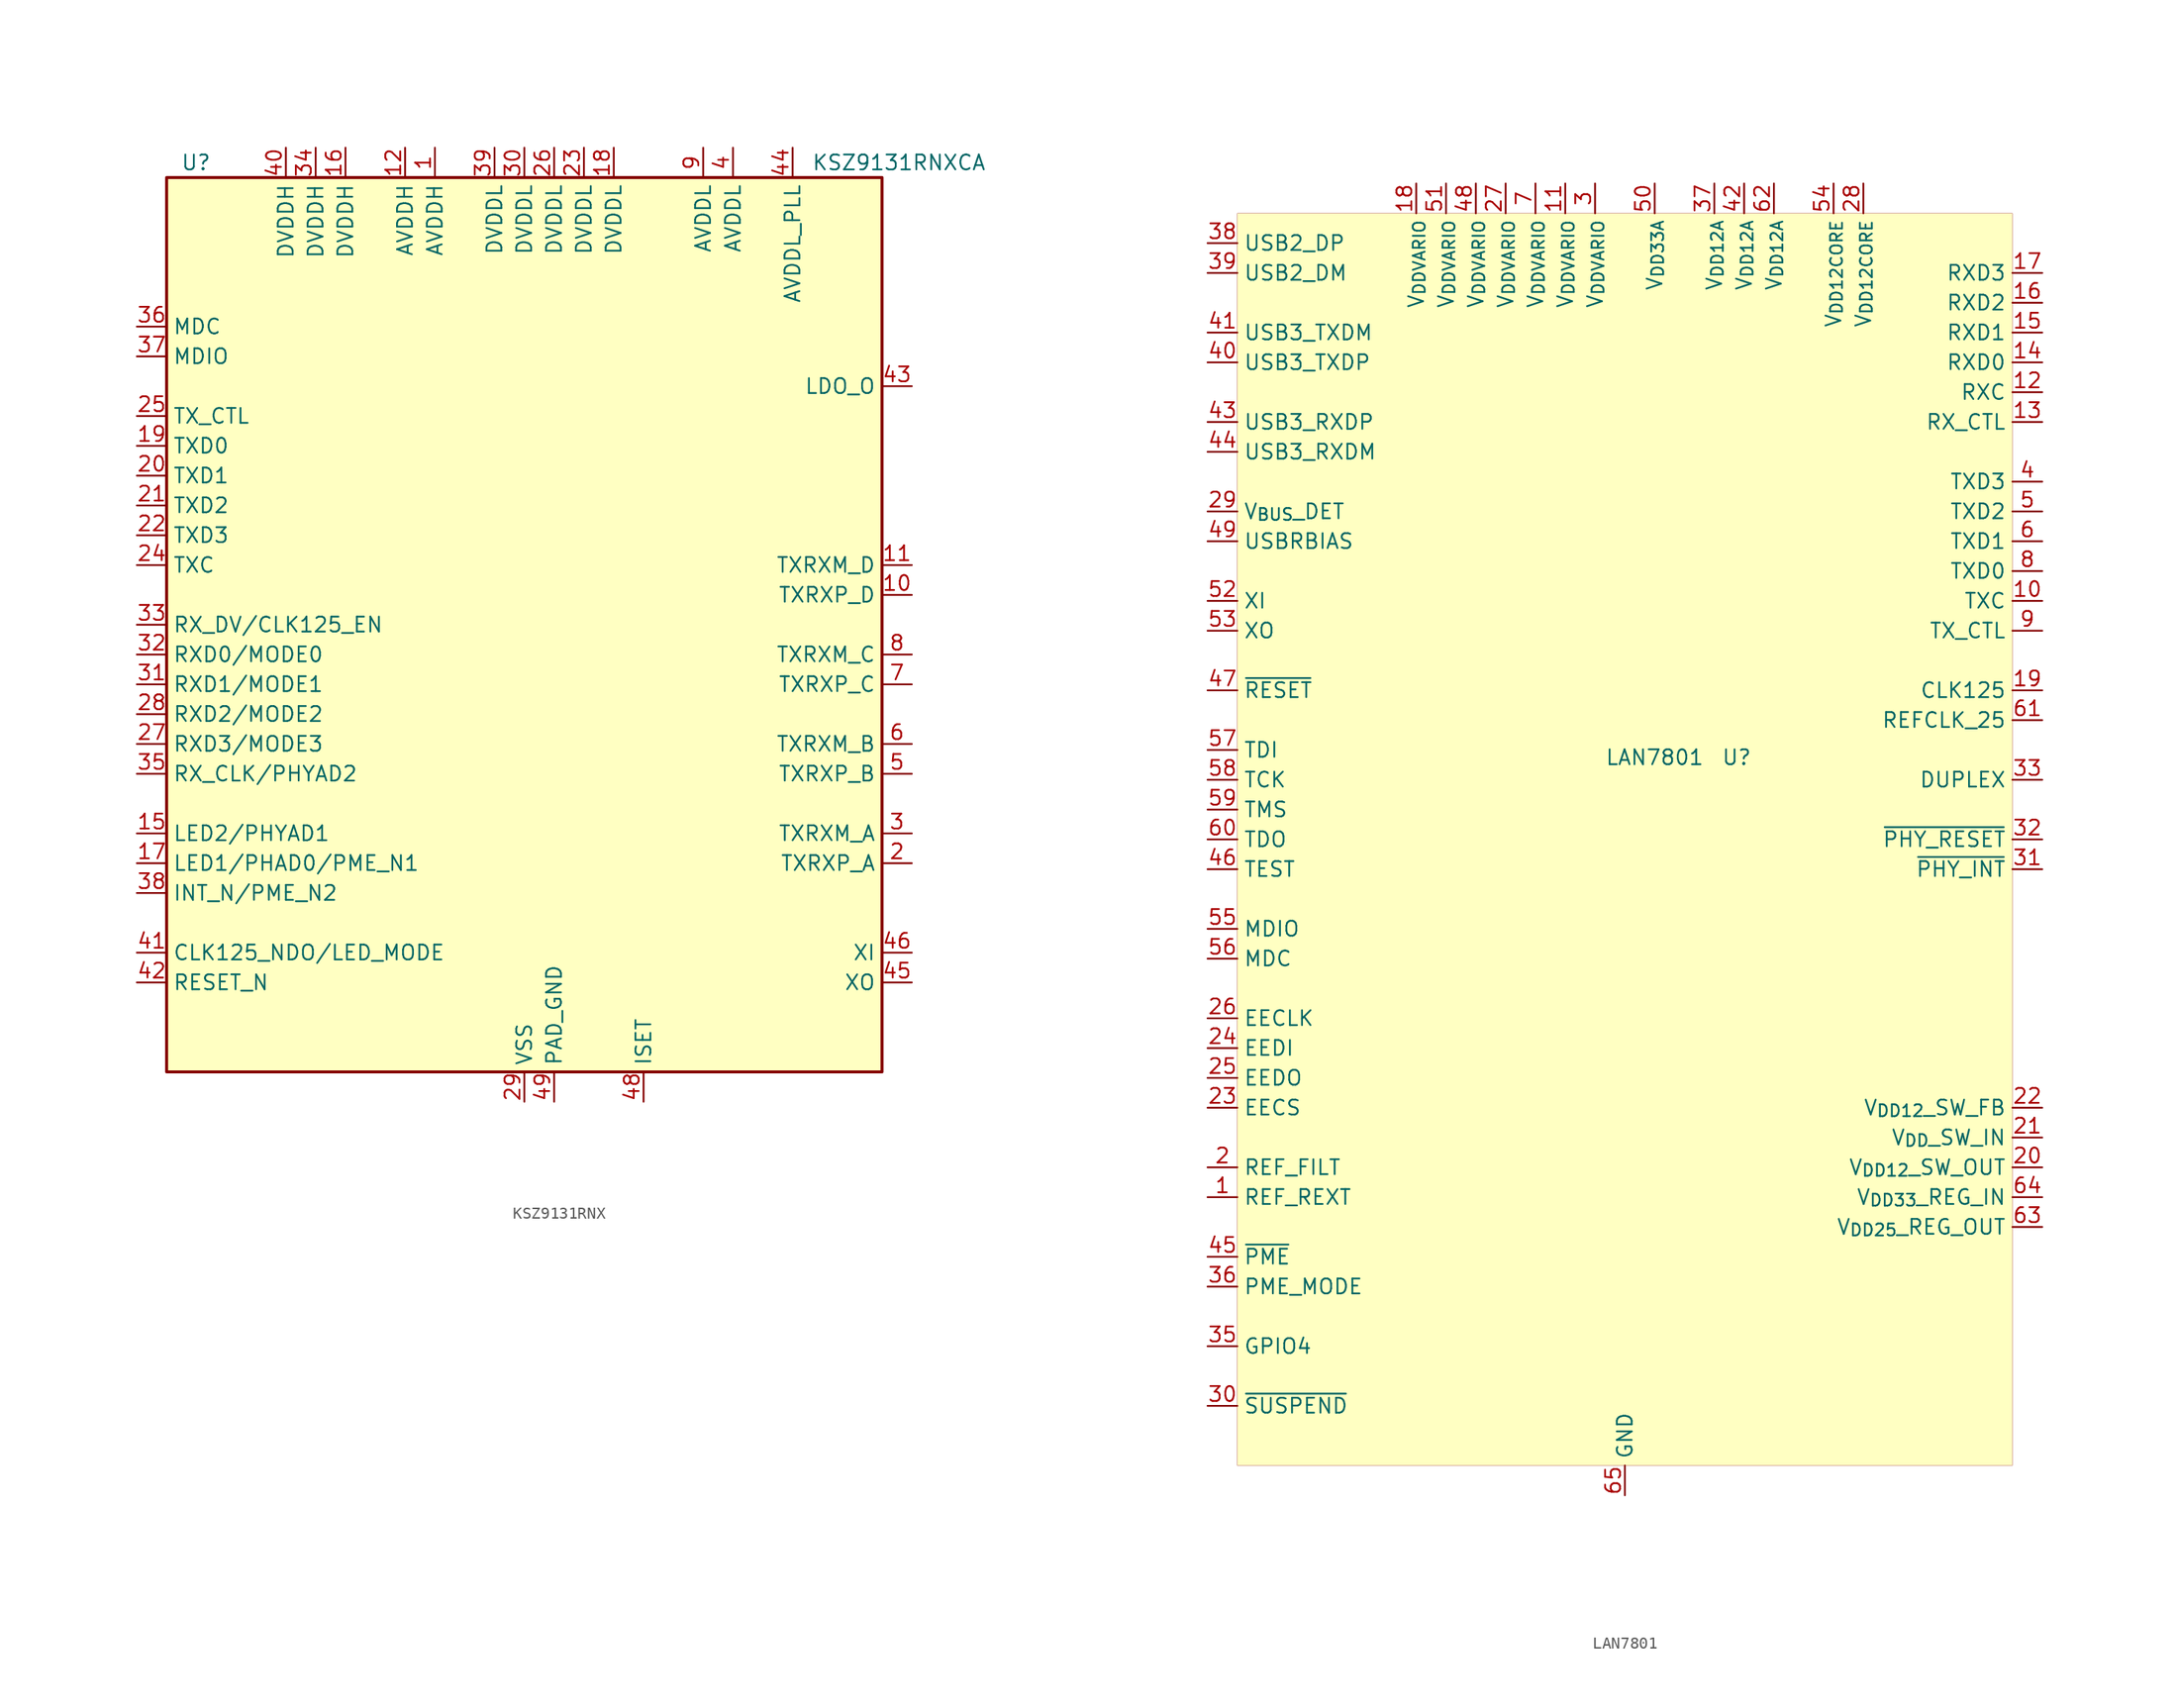
<source format=kicad_sym>
(kicad_symbol_lib
  (version 20220914)
  (generator kicad_symbol_editor)
  (symbol "KSZ9131RNX"
    (property "Reference" "U"
      (at -26.67 39.37 0)
      (effects (font (size 1.27 1.27)) (justify right)))
    (property "Value" "KSZ9131RNXCA"
      (at 39.37 39.37 0)
      (effects (font (size 1.27 1.27)) (justify right)))
    (symbol "KSZ9131RNX_0_1"
      (rectangle (start -30.48 38.1) (end 30.48 -38.1) (stroke (width 0.254) (type default)) (fill (type background))))
    (symbol "KSZ9131RNX_1_1"
      (pin power_in line (at -7.62 40.64 270) (length 2.54) (name "AVDDH" (effects (font (size 1.27 1.27)))) (number "1" (effects (font (size 1.27 1.27)))))
      (pin input line (at 33.02 2.54 180) (length 2.54) (name "TXRXP_D" (effects (font (size 1.27 1.27)))) (number "10" (effects (font (size 1.27 1.27)))))
      (pin input line (at 33.02 5.08 180) (length 2.54) (name "TXRXM_D" (effects (font (size 1.27 1.27)))) (number "11" (effects (font (size 1.27 1.27)))))
      (pin power_in line (at -10.16 40.64 270) (length 2.54) (name "AVDDH" (effects (font (size 1.27 1.27)))) (number "12" (effects (font (size 1.27 1.27)))))
      (pin no_connect line (at 30.48 12.7 180) (length 2.54) hide (name "NC" (effects (font (size 1.27 1.27)))) (number "13" (effects (font (size 1.27 1.27)))))
      (pin no_connect line (at 10.16 40.64 270) (length 2.54) hide (name "NC" (effects (font (size 1.27 1.27)))) (number "14" (effects (font (size 1.27 1.27)))))
      (pin bidirectional line (at -33.02 -17.78 0) (length 2.54) (name "LED2/PHYAD1" (effects (font (size 1.27 1.27)))) (number "15" (effects (font (size 1.27 1.27)))))
      (pin power_in line (at -15.24 40.64 270) (length 2.54) (name "DVDDH" (effects (font (size 1.27 1.27)))) (number "16" (effects (font (size 1.27 1.27)))))
      (pin bidirectional line (at -33.02 -20.32 0) (length 2.54) (name "LED1/PHAD0/PME_N1" (effects (font (size 1.27 1.27)))) (number "17" (effects (font (size 1.27 1.27)))))
      (pin power_in line (at 7.62 40.64 270) (length 2.54) (name "DVDDL" (effects (font (size 1.27 1.27)))) (number "18" (effects (font (size 1.27 1.27)))))
      (pin input line (at -33.02 15.24 0) (length 2.54) (name "TXD0" (effects (font (size 1.27 1.27)))) (number "19" (effects (font (size 1.27 1.27)))))
      (pin input line (at 33.02 -20.32 180) (length 2.54) (name "TXRXP_A" (effects (font (size 1.27 1.27)))) (number "2" (effects (font (size 1.27 1.27)))))
      (pin input line (at -33.02 12.7 0) (length 2.54) (name "TXD1" (effects (font (size 1.27 1.27)))) (number "20" (effects (font (size 1.27 1.27)))))
      (pin input line (at -33.02 10.16 0) (length 2.54) (name "TXD2" (effects (font (size 1.27 1.27)))) (number "21" (effects (font (size 1.27 1.27)))))
      (pin input line (at -33.02 7.62 0) (length 2.54) (name "TXD3" (effects (font (size 1.27 1.27)))) (number "22" (effects (font (size 1.27 1.27)))))
      (pin power_in line (at 5.08 40.64 270) (length 2.54) (name "DVDDL" (effects (font (size 1.27 1.27)))) (number "23" (effects (font (size 1.27 1.27)))))
      (pin input line (at -33.02 5.08 0) (length 2.54) (name "TXC" (effects (font (size 1.27 1.27)))) (number "24" (effects (font (size 1.27 1.27)))))
      (pin input line (at -33.02 17.78 0) (length 2.54) (name "TX_CTL" (effects (font (size 1.27 1.27)))) (number "25" (effects (font (size 1.27 1.27)))))
      (pin power_in line (at 2.54 40.64 270) (length 2.54) (name "DVDDL" (effects (font (size 1.27 1.27)))) (number "26" (effects (font (size 1.27 1.27)))))
      (pin input line (at -33.02 -10.16 0) (length 2.54) (name "RXD3/MODE3" (effects (font (size 1.27 1.27)))) (number "27" (effects (font (size 1.27 1.27)))))
      (pin input line (at -33.02 -7.62 0) (length 2.54) (name "RXD2/MODE2" (effects (font (size 1.27 1.27)))) (number "28" (effects (font (size 1.27 1.27)))))
      (pin power_in line (at 0 -40.64 90) (length 2.54) (name "VSS" (effects (font (size 1.27 1.27)))) (number "29" (effects (font (size 1.27 1.27)))))
      (pin input line (at 33.02 -17.78 180) (length 2.54) (name "TXRXM_A" (effects (font (size 1.27 1.27)))) (number "3" (effects (font (size 1.27 1.27)))))
      (pin power_in line (at 0 40.64 270) (length 2.54) (name "DVDDL" (effects (font (size 1.27 1.27)))) (number "30" (effects (font (size 1.27 1.27)))))
      (pin input line (at -33.02 -5.08 0) (length 2.54) (name "RXD1/MODE1" (effects (font (size 1.27 1.27)))) (number "31" (effects (font (size 1.27 1.27)))))
      (pin input line (at -33.02 -2.54 0) (length 2.54) (name "RXD0/MODE0" (effects (font (size 1.27 1.27)))) (number "32" (effects (font (size 1.27 1.27)))))
      (pin input line (at -33.02 0 0) (length 2.54) (name "RX_DV/CLK125_EN" (effects (font (size 1.27 1.27)))) (number "33" (effects (font (size 1.27 1.27)))))
      (pin power_in line (at -17.78 40.64 270) (length 2.54) (name "DVDDH" (effects (font (size 1.27 1.27)))) (number "34" (effects (font (size 1.27 1.27)))))
      (pin input line (at -33.02 -12.7 0) (length 2.54) (name "RX_CLK/PHYAD2" (effects (font (size 1.27 1.27)))) (number "35" (effects (font (size 1.27 1.27)))))
      (pin input line (at -33.02 25.4 0) (length 2.54) (name "MDC" (effects (font (size 1.27 1.27)))) (number "36" (effects (font (size 1.27 1.27)))))
      (pin input line (at -33.02 22.86 0) (length 2.54) (name "MDIO" (effects (font (size 1.27 1.27)))) (number "37" (effects (font (size 1.27 1.27)))))
      (pin input line (at -33.02 -22.86 0) (length 2.54) (name "INT_N/PME_N2" (effects (font (size 1.27 1.27)))) (number "38" (effects (font (size 1.27 1.27)))))
      (pin power_in line (at -2.54 40.64 270) (length 2.54) (name "DVDDL" (effects (font (size 1.27 1.27)))) (number "39" (effects (font (size 1.27 1.27)))))
      (pin power_in line (at 17.78 40.64 270) (length 2.54) (name "AVDDL" (effects (font (size 1.27 1.27)))) (number "4" (effects (font (size 1.27 1.27)))))
      (pin power_in line (at -20.32 40.64 270) (length 2.54) (name "DVDDH" (effects (font (size 1.27 1.27)))) (number "40" (effects (font (size 1.27 1.27)))))
      (pin input line (at -33.02 -27.94 0) (length 2.54) (name "CLK125_NDO/LED_MODE" (effects (font (size 1.27 1.27)))) (number "41" (effects (font (size 1.27 1.27)))))
      (pin input line (at -33.02 -30.48 0) (length 2.54) (name "RESET_N" (effects (font (size 1.27 1.27)))) (number "42" (effects (font (size 1.27 1.27)))))
      (pin input line (at 33.02 20.32 180) (length 2.54) (name "LDO_O" (effects (font (size 1.27 1.27)))) (number "43" (effects (font (size 1.27 1.27)))))
      (pin power_in line (at 22.86 40.64 270) (length 2.54) (name "AVDDL_PLL" (effects (font (size 1.27 1.27)))) (number "44" (effects (font (size 1.27 1.27)))))
      (pin input line (at 33.02 -30.48 180) (length 2.54) (name "XO" (effects (font (size 1.27 1.27)))) (number "45" (effects (font (size 1.27 1.27)))))
      (pin input line (at 33.02 -27.94 180) (length 2.54) (name "XI" (effects (font (size 1.27 1.27)))) (number "46" (effects (font (size 1.27 1.27)))))
      (pin no_connect line (at 30.48 10.16 180) (length 2.54) hide (name "NC" (effects (font (size 1.27 1.27)))) (number "47" (effects (font (size 1.27 1.27)))))
      (pin output line (at 10.16 -40.64 90) (length 2.54) (name "ISET" (effects (font (size 1.27 1.27)))) (number "48" (effects (font (size 1.27 1.27)))))
      (pin power_in line (at 2.54 -40.64 90) (length 2.54) (name "PAD_GND" (effects (font (size 1.27 1.27)))) (number "49" (effects (font (size 1.27 1.27)))))
      (pin input line (at 33.02 -12.7 180) (length 2.54) (name "TXRXP_B" (effects (font (size 1.27 1.27)))) (number "5" (effects (font (size 1.27 1.27)))))
      (pin input line (at 33.02 -10.16 180) (length 2.54) (name "TXRXM_B" (effects (font (size 1.27 1.27)))) (number "6" (effects (font (size 1.27 1.27)))))
      (pin input line (at 33.02 -5.08 180) (length 2.54) (name "TXRXP_C" (effects (font (size 1.27 1.27)))) (number "7" (effects (font (size 1.27 1.27)))))
      (pin input line (at 33.02 -2.54 180) (length 2.54) (name "TXRXM_C" (effects (font (size 1.27 1.27)))) (number "8" (effects (font (size 1.27 1.27)))))
      (pin power_in line (at 15.24 40.64 270) (length 2.54) (name "AVDDL" (effects (font (size 1.27 1.27)))) (number "9" (effects (font (size 1.27 1.27)))))))
  (symbol "LAN7801"
    (property "Reference" "U"
      (at 9.525 6.985 0)
      (effects (font (size 1.27 1.27))))
    (property "Value" "LAN7801"
      (at 2.54 6.985 0)
      (effects (font (size 1.27 1.27))))
    (symbol "LAN7801_0_0"
      (pin unspecified line (at -35.56 -30.48 0) (length 2.54) (name "REF_REXT" (effects (font (size 1.27 1.27)))) (number "1" (effects (font (size 1.27 1.27)))))
      (pin unspecified line (at 35.56 20.32 180) (length 2.54) (name "TXC" (effects (font (size 1.27 1.27)))) (number "10" (effects (font (size 1.27 1.27)))))
      (pin unspecified line (at -5.08 55.88 270) (length 2.54) (name "V_{DDVARIO}" (effects (font (size 1.27 1.27)))) (number "11" (effects (font (size 1.27 1.27)))))
      (pin unspecified line (at 35.56 38.1 180) (length 2.54) (name "RXC" (effects (font (size 1.27 1.27)))) (number "12" (effects (font (size 1.27 1.27)))))
      (pin unspecified line (at 35.56 35.56 180) (length 2.54) (name "RX_CTL" (effects (font (size 1.27 1.27)))) (number "13" (effects (font (size 1.27 1.27)))))
      (pin unspecified line (at 35.56 40.64 180) (length 2.54) (name "RXD0" (effects (font (size 1.27 1.27)))) (number "14" (effects (font (size 1.27 1.27)))))
      (pin unspecified line (at 35.56 43.18 180) (length 2.54) (name "RXD1" (effects (font (size 1.27 1.27)))) (number "15" (effects (font (size 1.27 1.27)))))
      (pin unspecified line (at 35.56 45.72 180) (length 2.54) (name "RXD2" (effects (font (size 1.27 1.27)))) (number "16" (effects (font (size 1.27 1.27)))))
      (pin unspecified line (at 35.56 48.26 180) (length 2.54) (name "RXD3" (effects (font (size 1.27 1.27)))) (number "17" (effects (font (size 1.27 1.27)))))
      (pin unspecified line (at -17.78 55.88 270) (length 2.54) (name "V_{DDVARIO}" (effects (font (size 1.27 1.27)))) (number "18" (effects (font (size 1.27 1.27)))))
      (pin unspecified line (at 35.56 12.7 180) (length 2.54) (name "CLK125" (effects (font (size 1.27 1.27)))) (number "19" (effects (font (size 1.27 1.27)))))
      (pin unspecified line (at -35.56 -27.94 0) (length 2.54) (name "REF_FILT" (effects (font (size 1.27 1.27)))) (number "2" (effects (font (size 1.27 1.27)))))
      (pin unspecified line (at 35.56 -27.94 180) (length 2.54) (name "V_{DD12}_SW_OUT" (effects (font (size 1.27 1.27)))) (number "20" (effects (font (size 1.27 1.27)))))
      (pin unspecified line (at 35.56 -25.4 180) (length 2.54) (name "V_{DD}_SW_IN" (effects (font (size 1.27 1.27)))) (number "21" (effects (font (size 1.27 1.27)))))
      (pin unspecified line (at 35.56 -22.86 180) (length 2.54) (name "V_{DD12}_SW_FB" (effects (font (size 1.27 1.27)))) (number "22" (effects (font (size 1.27 1.27)))))
      (pin unspecified line (at -35.56 -22.86 0) (length 2.54) (name "EECS" (effects (font (size 1.27 1.27)))) (number "23" (effects (font (size 1.27 1.27)))))
      (pin unspecified line (at -35.56 -17.78 0) (length 2.54) (name "EEDI" (effects (font (size 1.27 1.27)))) (number "24" (effects (font (size 1.27 1.27)))))
      (pin unspecified line (at -35.56 -20.32 0) (length 2.54) (name "EEDO" (effects (font (size 1.27 1.27)))) (number "25" (effects (font (size 1.27 1.27)))))
      (pin unspecified line (at -35.56 -15.24 0) (length 2.54) (name "EECLK" (effects (font (size 1.27 1.27)))) (number "26" (effects (font (size 1.27 1.27)))))
      (pin unspecified line (at -10.16 55.88 270) (length 2.54) (name "V_{DDVARIO}" (effects (font (size 1.27 1.27)))) (number "27" (effects (font (size 1.27 1.27)))))
      (pin unspecified line (at 20.32 55.88 270) (length 2.54) (name "V_{DD12CORE}" (effects (font (size 1.27 1.27)))) (number "28" (effects (font (size 1.27 1.27)))))
      (pin unspecified line (at -35.56 27.94 0) (length 2.54) (name "V_{BUS}_DET" (effects (font (size 1.27 1.27)))) (number "29" (effects (font (size 1.27 1.27)))))
      (pin input line (at -2.54 55.88 270) (length 2.54) (name "V_{DDVARIO}" (effects (font (size 1.27 1.27)))) (number "3" (effects (font (size 1.27 1.27)))))
      (pin unspecified line (at -35.56 -48.26 0) (length 2.54) (name "~{SUSPEND}" (effects (font (size 1.27 1.27)))) (number "30" (effects (font (size 1.27 1.27)))))
      (pin unspecified line (at 35.56 -2.54 180) (length 2.54) (name "~{PHY_INT}" (effects (font (size 1.27 1.27)))) (number "31" (effects (font (size 1.27 1.27)))))
      (pin unspecified line (at 35.56 0 180) (length 2.54) (name "~{PHY_RESET}" (effects (font (size 1.27 1.27)))) (number "32" (effects (font (size 1.27 1.27)))))
      (pin unspecified line (at 35.56 5.08 180) (length 2.54) (name "DUPLEX" (effects (font (size 1.27 1.27)))) (number "33" (effects (font (size 1.27 1.27)))))
      (pin unspecified line (at -35.56 -43.18 0) (length 2.54) (name "GPIO4" (effects (font (size 1.27 1.27)))) (number "35" (effects (font (size 1.27 1.27)))))
      (pin unspecified line (at -35.56 -38.1 0) (length 2.54) (name "PME_MODE" (effects (font (size 1.27 1.27)))) (number "36" (effects (font (size 1.27 1.27)))))
      (pin unspecified line (at 7.62 55.88 270) (length 2.54) (name "V_{DD12A}" (effects (font (size 1.27 1.27)))) (number "37" (effects (font (size 1.27 1.27)))))
      (pin unspecified line (at -35.56 50.8 0) (length 2.54) (name "USB2_DP" (effects (font (size 1.27 1.27)))) (number "38" (effects (font (size 1.27 1.27)))))
      (pin unspecified line (at -35.56 48.26 0) (length 2.54) (name "USB2_DM" (effects (font (size 1.27 1.27)))) (number "39" (effects (font (size 1.27 1.27)))))
      (pin unspecified line (at 35.56 30.48 180) (length 2.54) (name "TXD3" (effects (font (size 1.27 1.27)))) (number "4" (effects (font (size 1.27 1.27)))))
      (pin unspecified line (at -35.56 40.64 0) (length 2.54) (name "USB3_TXDP" (effects (font (size 1.27 1.27)))) (number "40" (effects (font (size 1.27 1.27)))))
      (pin unspecified line (at -35.56 43.18 0) (length 2.54) (name "USB3_TXDM" (effects (font (size 1.27 1.27)))) (number "41" (effects (font (size 1.27 1.27)))))
      (pin unspecified line (at 10.16 55.88 270) (length 2.54) (name "V_{DD12A}" (effects (font (size 1.27 1.27)))) (number "42" (effects (font (size 1.27 1.27)))))
      (pin unspecified line (at -35.56 35.56 0) (length 2.54) (name "USB3_RXDP" (effects (font (size 1.27 1.27)))) (number "43" (effects (font (size 1.27 1.27)))))
      (pin unspecified line (at -35.56 33.02 0) (length 2.54) (name "USB3_RXDM" (effects (font (size 1.27 1.27)))) (number "44" (effects (font (size 1.27 1.27)))))
      (pin unspecified line (at -35.56 -35.56 0) (length 2.54) (name "~{PME}" (effects (font (size 1.27 1.27)))) (number "45" (effects (font (size 1.27 1.27)))))
      (pin unspecified line (at -35.56 -2.54 0) (length 2.54) (name "TEST" (effects (font (size 1.27 1.27)))) (number "46" (effects (font (size 1.27 1.27)))))
      (pin unspecified line (at -35.56 12.7 0) (length 2.54) (name "~{RESET}" (effects (font (size 1.27 1.27)))) (number "47" (effects (font (size 1.27 1.27)))))
      (pin unspecified line (at -12.7 55.88 270) (length 2.54) (name "V_{DDVARIO}" (effects (font (size 1.27 1.27)))) (number "48" (effects (font (size 1.27 1.27)))))
      (pin unspecified line (at -35.56 25.4 0) (length 2.54) (name "USBRBIAS" (effects (font (size 1.27 1.27)))) (number "49" (effects (font (size 1.27 1.27)))))
      (pin unspecified line (at 35.56 27.94 180) (length 2.54) (name "TXD2" (effects (font (size 1.27 1.27)))) (number "5" (effects (font (size 1.27 1.27)))))
      (pin unspecified line (at 2.54 55.88 270) (length 2.54) (name "V_{DD33A}" (effects (font (size 1.27 1.27)))) (number "50" (effects (font (size 1.27 1.27)))))
      (pin unspecified line (at -15.24 55.88 270) (length 2.54) (name "V_{DDVARIO}" (effects (font (size 1.27 1.27)))) (number "51" (effects (font (size 1.27 1.27)))))
      (pin unspecified line (at -35.56 20.32 0) (length 2.54) (name "XI" (effects (font (size 1.27 1.27)))) (number "52" (effects (font (size 1.27 1.27)))))
      (pin unspecified line (at -35.56 17.78 0) (length 2.54) (name "XO" (effects (font (size 1.27 1.27)))) (number "53" (effects (font (size 1.27 1.27)))))
      (pin unspecified line (at 17.78 55.88 270) (length 2.54) (name "V_{DD12CORE}" (effects (font (size 1.27 1.27)))) (number "54" (effects (font (size 1.27 1.27)))))
      (pin unspecified line (at -35.56 -7.62 0) (length 2.54) (name "MDIO" (effects (font (size 1.27 1.27)))) (number "55" (effects (font (size 1.27 1.27)))))
      (pin unspecified line (at -35.56 -10.16 0) (length 2.54) (name "MDC" (effects (font (size 1.27 1.27)))) (number "56" (effects (font (size 1.27 1.27)))))
      (pin unspecified line (at -35.56 7.62 0) (length 2.54) (name "TDI" (effects (font (size 1.27 1.27)))) (number "57" (effects (font (size 1.27 1.27)))))
      (pin unspecified line (at -35.56 5.08 0) (length 2.54) (name "TCK" (effects (font (size 1.27 1.27)))) (number "58" (effects (font (size 1.27 1.27)))))
      (pin unspecified line (at -35.56 2.54 0) (length 2.54) (name "TMS" (effects (font (size 1.27 1.27)))) (number "59" (effects (font (size 1.27 1.27)))))
      (pin unspecified line (at 35.56 25.4 180) (length 2.54) (name "TXD1" (effects (font (size 1.27 1.27)))) (number "6" (effects (font (size 1.27 1.27)))))
      (pin unspecified line (at -35.56 0 0) (length 2.54) (name "TDO" (effects (font (size 1.27 1.27)))) (number "60" (effects (font (size 1.27 1.27)))))
      (pin unspecified line (at 35.56 10.16 180) (length 2.54) (name "REFCLK_25" (effects (font (size 1.27 1.27)))) (number "61" (effects (font (size 1.27 1.27)))))
      (pin unspecified line (at 12.7 55.88 270) (length 2.54) (name "V_{DD12A}" (effects (font (size 1.27 1.27)))) (number "62" (effects (font (size 1.27 1.27)))))
      (pin unspecified line (at 35.56 -33.02 180) (length 2.54) (name "V_{DD25}_REG_OUT" (effects (font (size 1.27 1.27)))) (number "63" (effects (font (size 1.27 1.27)))))
      (pin unspecified line (at 35.56 -30.48 180) (length 2.54) (name "V_{DD33}_REG_IN" (effects (font (size 1.27 1.27)))) (number "64" (effects (font (size 1.27 1.27)))))
      (pin power_in line (at 0 -55.88 90) (length 2.54) (name "GND" (effects (font (size 1.27 1.27)))) (number "65" (effects (font (size 1.27 1.27)))))
      (pin unspecified line (at -7.62 55.88 270) (length 2.54) (name "V_{DDVARIO}" (effects (font (size 1.27 1.27)))) (number "7" (effects (font (size 1.27 1.27)))))
      (pin unspecified line (at 35.56 22.86 180) (length 2.54) (name "TXD0" (effects (font (size 1.27 1.27)))) (number "8" (effects (font (size 1.27 1.27)))))
      (pin unspecified line (at 35.56 17.78 180) (length 2.54) (name "TX_CTL" (effects (font (size 1.27 1.27)))) (number "9" (effects (font (size 1.27 1.27))))))
    (symbol "LAN7801_1_1"
      (rectangle (start -33.02 53.34) (end 33.02 -53.34) (stroke (width 0.001) (type default)) (fill (type background))))))
</source>
